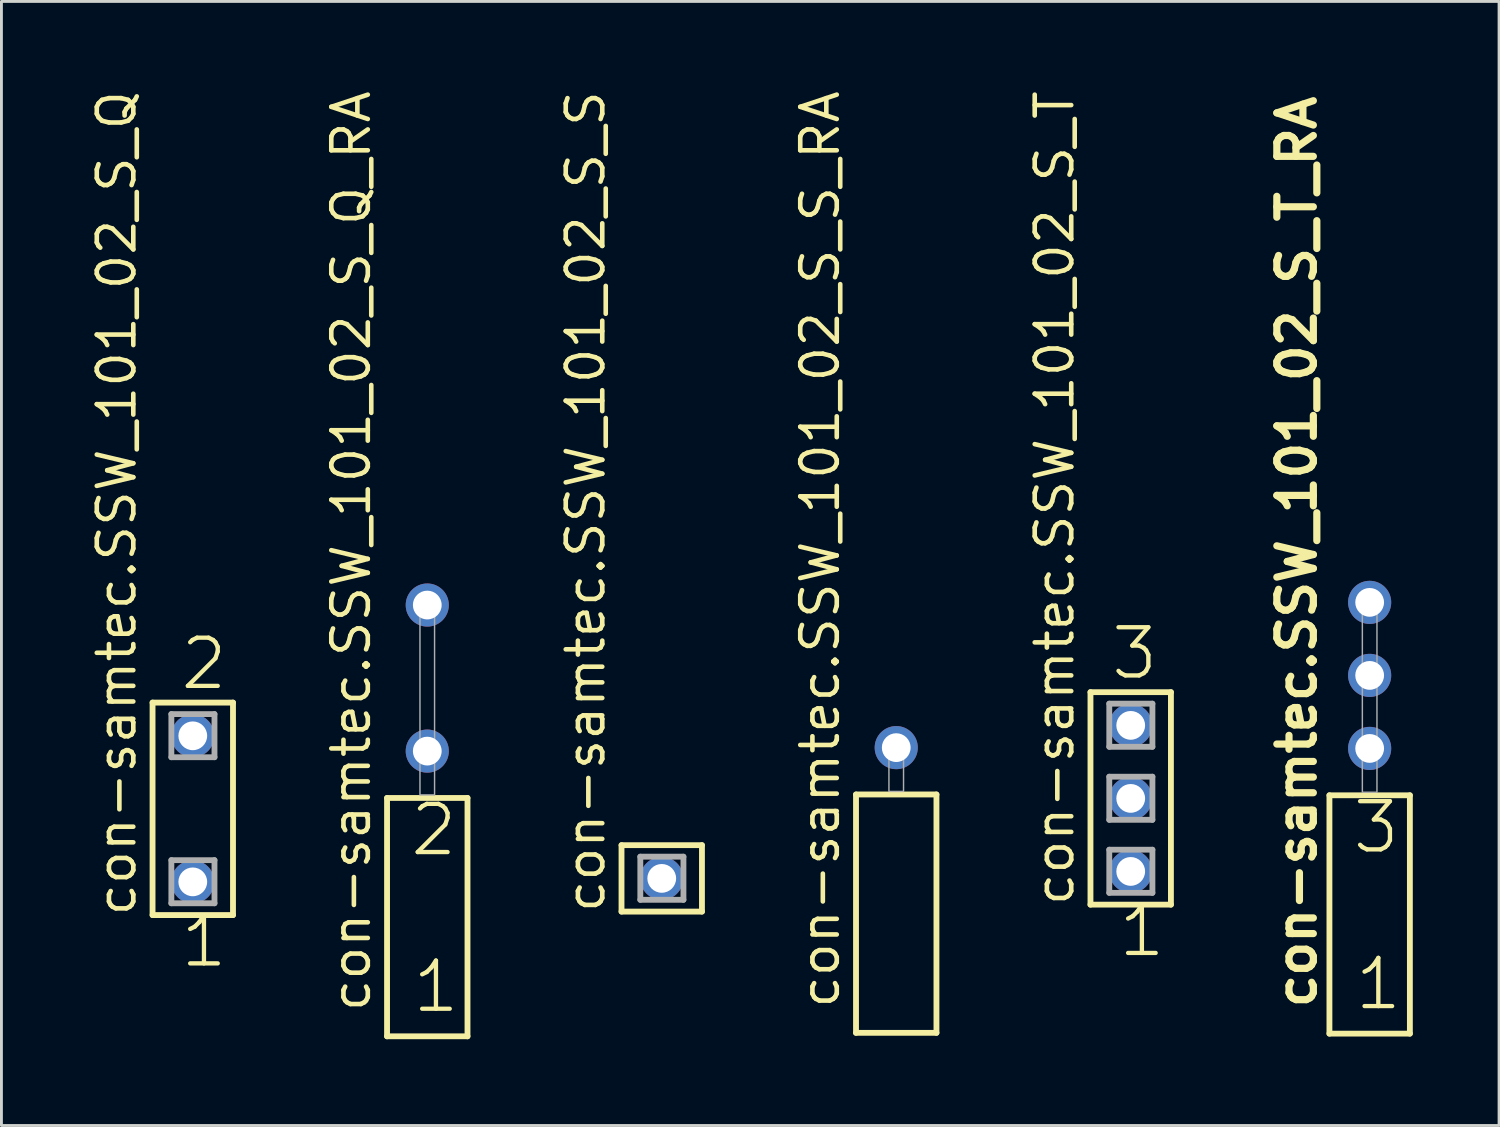
<source format=kicad_pcb>
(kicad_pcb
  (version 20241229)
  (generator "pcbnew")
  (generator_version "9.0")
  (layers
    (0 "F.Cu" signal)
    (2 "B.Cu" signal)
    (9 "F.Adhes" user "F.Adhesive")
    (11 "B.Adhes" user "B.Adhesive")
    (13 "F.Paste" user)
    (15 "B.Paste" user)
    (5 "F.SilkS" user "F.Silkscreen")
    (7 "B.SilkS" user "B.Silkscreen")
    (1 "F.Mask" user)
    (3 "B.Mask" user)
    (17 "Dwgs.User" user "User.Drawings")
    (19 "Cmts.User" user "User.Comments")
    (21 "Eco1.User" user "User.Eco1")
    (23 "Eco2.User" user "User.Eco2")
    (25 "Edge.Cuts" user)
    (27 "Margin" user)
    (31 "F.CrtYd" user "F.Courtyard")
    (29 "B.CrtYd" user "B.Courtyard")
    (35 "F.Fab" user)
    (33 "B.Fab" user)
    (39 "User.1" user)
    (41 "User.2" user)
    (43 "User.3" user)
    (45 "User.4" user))
  (footprint "con-samtec.SSW_101_02_S_S"
    (layer "F.Cu")
    (at 19.966 27.501)
    (property "Reference" "con-samtec.SSW_101_02_S_S" (at -1.905 1.27 90) (layer "F.SilkS") (effects (font (size 1.27 1.27) (thickness 0.16)) (justify left bottom)))
    (attr through_hole)
    (fp_line (start -1.399 -1.155) (end 1.399 -1.155) (stroke (width 0.203) (type default)) (layer "F.SilkS"))
    (fp_line (start -1.399 1.155) (end -1.399 -1.155) (stroke (width 0.203) (type default)) (layer "F.SilkS"))
    (fp_line (start 1.399 -1.155) (end 1.399 1.155) (stroke (width 0.203) (type default)) (layer "F.SilkS"))
    (fp_line (start 1.399 1.155) (end -1.399 1.155) (stroke (width 0.203) (type default)) (layer "F.SilkS"))
    (fp_line (start -0.745 -0.755) (end 0.755 -0.755) (stroke (width 0.203) (type default)) (layer "F.Fab"))
    (fp_line (start -0.745 0.745) (end -0.745 -0.755) (stroke (width 0.203) (type default)) (layer "F.Fab"))
    (fp_line (start 0.755 -0.755) (end 0.755 0.745) (stroke (width 0.203) (type default)) (layer "F.Fab"))
    (fp_line (start 0.755 0.745) (end -0.745 0.745) (stroke (width 0.203) (type default)) (layer "F.Fab"))
    (pad "1" thru_hole circle (at 0 0) (size 1.5 1.5) (drill 1) (layers "*.Cu" "*.Mask")))
  (footprint "con-samtec.SSW_101_02_S_T_RA"
    (layer "F.Cu")
    (at 44.588 24.505)
    (property "Reference" "con-samtec.SSW_101_02_S_T_RA" (at -1.79 7.62 90) (layer "F.SilkS") (effects (font (size 1.27 1.27) (thickness 0.25)) (justify left bottom)))
    (attr through_hole)
    (fp_line (start -1.399 0.106) (end -1.399 8.396) (stroke (width 0.203) (type default)) (layer "F.SilkS"))
    (fp_line (start -1.399 8.396) (end 1.399 8.396) (stroke (width 0.203) (type default)) (layer "F.SilkS"))
    (fp_line (start 1.399 0.106) (end -1.399 0.106) (stroke (width 0.203) (type default)) (layer "F.SilkS"))
    (fp_line (start 1.399 8.396) (end 1.399 0.106) (stroke (width 0.203) (type default)) (layer "F.SilkS"))
    (fp_rect (start -0.254 0) (end 0.254 -6.858) (stroke (width 0.05) (type default)) (fill no) (layer "F.Fab"))
    (fp_text user "1" (at -0.595 7.65 0) (layer "F.SilkS") (effects (font (size 1.676 1.676) (thickness 0.15)) (justify left bottom)))
    (fp_text user "3" (at -0.67 2.2 0) (layer "F.SilkS") (effects (font (size 1.676 1.676) (thickness 0.15)) (justify left bottom)))
    (pad "1" thru_hole circle (at 0 -1.524) (size 1.5 1.5) (drill 1) (layers "*.Cu" "*.Mask"))
    (pad "2" thru_hole circle (at 0 -4.064) (size 1.5 1.5) (drill 1) (layers "*.Cu" "*.Mask"))
    (pad "3" thru_hole circle (at 0 -6.604) (size 1.5 1.5) (drill 1) (layers "*.Cu" "*.Mask")))
  (footprint "con-samtec.SSW_101_02_S_Q_RA"
    (layer "F.Cu")
    (at 11.811 24.598)
    (property "Reference" "con-samtec.SSW_101_02_S_Q_RA" (at -1.905 7.62 90) (layer "F.SilkS") (effects (font (size 1.27 1.27) (thickness 0.16)) (justify left bottom)))
    (attr through_hole)
    (fp_line (start -1.399 0.106) (end -1.399 8.396) (stroke (width 0.203) (type default)) (layer "F.SilkS"))
    (fp_line (start -1.399 8.396) (end 1.399 8.396) (stroke (width 0.203) (type default)) (layer "F.SilkS"))
    (fp_line (start 1.399 0.106) (end -1.399 0.106) (stroke (width 0.203) (type default)) (layer "F.SilkS"))
    (fp_line (start 1.399 8.396) (end 1.399 0.106) (stroke (width 0.203) (type default)) (layer "F.SilkS"))
    (fp_rect (start -0.254 0) (end 0.254 -6.858) (stroke (width 0.05) (type default)) (fill no) (layer "F.Fab"))
    (fp_text user "2" (at -0.67 2.2 0) (layer "F.SilkS") (effects (font (size 1.676 1.676) (thickness 0.15)) (justify left bottom)))
    (fp_text user "1" (at -0.595 7.65 0) (layer "F.SilkS") (effects (font (size 1.676 1.676) (thickness 0.15)) (justify left bottom)))
    (pad "1" thru_hole circle (at 0 -1.524) (size 1.5 1.5) (drill 1) (layers "*.Cu" "*.Mask"))
    (pad "2" thru_hole circle (at 0 -6.604) (size 1.5 1.5) (drill 1) (layers "*.Cu" "*.Mask")))
  (footprint "con-samtec.SSW_101_02_S_S_RA"
    (layer "F.Cu")
    (at 28.122 24.477)
    (property "Reference" "con-samtec.SSW_101_02_S_S_RA" (at -1.905 7.62 90) (layer "F.SilkS") (effects (font (size 1.27 1.27) (thickness 0.16)) (justify left bottom)))
    (attr through_hole)
    (fp_line (start -1.399 0.106) (end -1.399 8.396) (stroke (width 0.203) (type default)) (layer "F.SilkS"))
    (fp_line (start -1.399 8.396) (end 1.399 8.396) (stroke (width 0.203) (type default)) (layer "F.SilkS"))
    (fp_line (start 1.399 0.106) (end -1.399 0.106) (stroke (width 0.203) (type default)) (layer "F.SilkS"))
    (fp_line (start 1.399 8.396) (end 1.399 0.106) (stroke (width 0.203) (type default)) (layer "F.SilkS"))
    (fp_rect (start -0.254 0) (end 0.254 -1.778) (stroke (width 0.05) (type default)) (fill no) (layer "F.Fab"))
    (pad "1" thru_hole circle (at 0 -1.524) (size 1.5 1.5) (drill 1) (layers "*.Cu" "*.Mask")))
  (footprint "con-samtec.SSW_101_02_S_T"
    (layer "F.Cu")
    (at 36.277 24.719)
    (property "Reference" "con-samtec.SSW_101_02_S_T" (at -1.905 3.81 90) (layer "F.SilkS") (effects (font (size 1.27 1.27) (thickness 0.16)) (justify left bottom)))
    (attr through_hole)
    (fp_line (start -1.399 -3.695) (end 1.399 -3.695) (stroke (width 0.203) (type default)) (layer "F.SilkS"))
    (fp_line (start -1.399 3.695) (end -1.399 -3.695) (stroke (width 0.203) (type default)) (layer "F.SilkS"))
    (fp_line (start 1.399 -3.695) (end 1.399 3.695) (stroke (width 0.203) (type default)) (layer "F.SilkS"))
    (fp_line (start 1.399 3.695) (end -1.399 3.695) (stroke (width 0.203) (type default)) (layer "F.SilkS"))
    (fp_line (start -0.745 -3.295) (end 0.755 -3.295) (stroke (width 0.203) (type default)) (layer "F.Fab"))
    (fp_line (start -0.745 -1.795) (end -0.745 -3.295) (stroke (width 0.203) (type default)) (layer "F.Fab"))
    (fp_line (start -0.745 -0.755) (end 0.755 -0.755) (stroke (width 0.203) (type default)) (layer "F.Fab"))
    (fp_line (start -0.745 0.745) (end -0.745 -0.755) (stroke (width 0.203) (type default)) (layer "F.Fab"))
    (fp_line (start -0.745 1.785) (end 0.755 1.785) (stroke (width 0.203) (type default)) (layer "F.Fab"))
    (fp_line (start -0.745 3.285) (end -0.745 1.785) (stroke (width 0.203) (type default)) (layer "F.Fab"))
    (fp_line (start 0.755 -3.295) (end 0.755 -1.795) (stroke (width 0.203) (type default)) (layer "F.Fab"))
    (fp_line (start 0.755 -1.795) (end -0.745 -1.795) (stroke (width 0.203) (type default)) (layer "F.Fab"))
    (fp_line (start 0.755 -0.755) (end 0.755 0.745) (stroke (width 0.203) (type default)) (layer "F.Fab"))
    (fp_line (start 0.755 0.745) (end -0.745 0.745) (stroke (width 0.203) (type default)) (layer "F.Fab"))
    (fp_line (start 0.755 1.785) (end 0.755 3.285) (stroke (width 0.203) (type default)) (layer "F.Fab"))
    (fp_line (start 0.755 3.285) (end -0.745 3.285) (stroke (width 0.203) (type default)) (layer "F.Fab"))
    (fp_text user "1" (at -0.508 5.588 0) (layer "F.SilkS") (effects (font (size 1.676 1.676) (thickness 0.15)) (justify left bottom)))
    (fp_text user "3" (at -0.762 -4.064 0) (layer "F.SilkS") (effects (font (size 1.676 1.676) (thickness 0.15)) (justify left bottom)))
    (pad "1" thru_hole circle (at 0 2.54) (size 1.5 1.5) (drill 1) (layers "*.Cu" "*.Mask"))
    (pad "2" thru_hole circle (at 0 0) (size 1.5 1.5) (drill 1) (layers "*.Cu" "*.Mask"))
    (pad "3" thru_hole circle (at 0 -2.54) (size 1.5 1.5) (drill 1) (layers "*.Cu" "*.Mask")))
  (footprint "con-samtec.SSW_101_02_S_Q"
    (layer "F.Cu")
    (at 3.655 25.082)
    (property "Reference" "con-samtec.SSW_101_02_S_Q" (at -1.905 3.81 90) (layer "F.SilkS") (effects (font (size 1.27 1.27) (thickness 0.16)) (justify left bottom)))
    (attr through_hole)
    (fp_line (start -1.399 -3.695) (end 1.399 -3.695) (stroke (width 0.203) (type default)) (layer "F.SilkS"))
    (fp_line (start -1.399 3.695) (end -1.399 -3.695) (stroke (width 0.203) (type default)) (layer "F.SilkS"))
    (fp_line (start 1.399 -3.695) (end 1.399 3.695) (stroke (width 0.203) (type default)) (layer "F.SilkS"))
    (fp_line (start 1.399 3.695) (end -1.399 3.695) (stroke (width 0.203) (type default)) (layer "F.SilkS"))
    (fp_line (start -0.745 -3.295) (end 0.755 -3.295) (stroke (width 0.203) (type default)) (layer "F.Fab"))
    (fp_line (start -0.745 -1.795) (end -0.745 -3.295) (stroke (width 0.203) (type default)) (layer "F.Fab"))
    (fp_line (start -0.745 1.785) (end 0.755 1.785) (stroke (width 0.203) (type default)) (layer "F.Fab"))
    (fp_line (start -0.745 3.285) (end -0.745 1.785) (stroke (width 0.203) (type default)) (layer "F.Fab"))
    (fp_line (start 0.755 -3.295) (end 0.755 -1.795) (stroke (width 0.203) (type default)) (layer "F.Fab"))
    (fp_line (start 0.755 -1.795) (end -0.745 -1.795) (stroke (width 0.203) (type default)) (layer "F.Fab"))
    (fp_line (start 0.755 1.785) (end 0.755 3.285) (stroke (width 0.203) (type default)) (layer "F.Fab"))
    (fp_line (start 0.755 3.285) (end -0.745 3.285) (stroke (width 0.203) (type default)) (layer "F.Fab"))
    (fp_text user "2" (at -0.508 -4.064 0) (layer "F.SilkS") (effects (font (size 1.676 1.676) (thickness 0.15)) (justify left bottom)))
    (fp_text user "1" (at -0.508 5.588 0) (layer "F.SilkS") (effects (font (size 1.676 1.676) (thickness 0.15)) (justify left bottom)))
    (pad "1" thru_hole circle (at 0 2.54) (size 1.5 1.5) (drill 1) (layers "*.Cu" "*.Mask"))
    (pad "2" thru_hole circle (at 0 -2.54) (size 1.5 1.5) (drill 1) (layers "*.Cu" "*.Mask")))
  (gr_rect
    (start -3 -3)
    (end 49.089 36.096)
    (stroke (width 0.1) (type default))
    (fill no)
    (layer "Edge.Cuts")))
</source>
